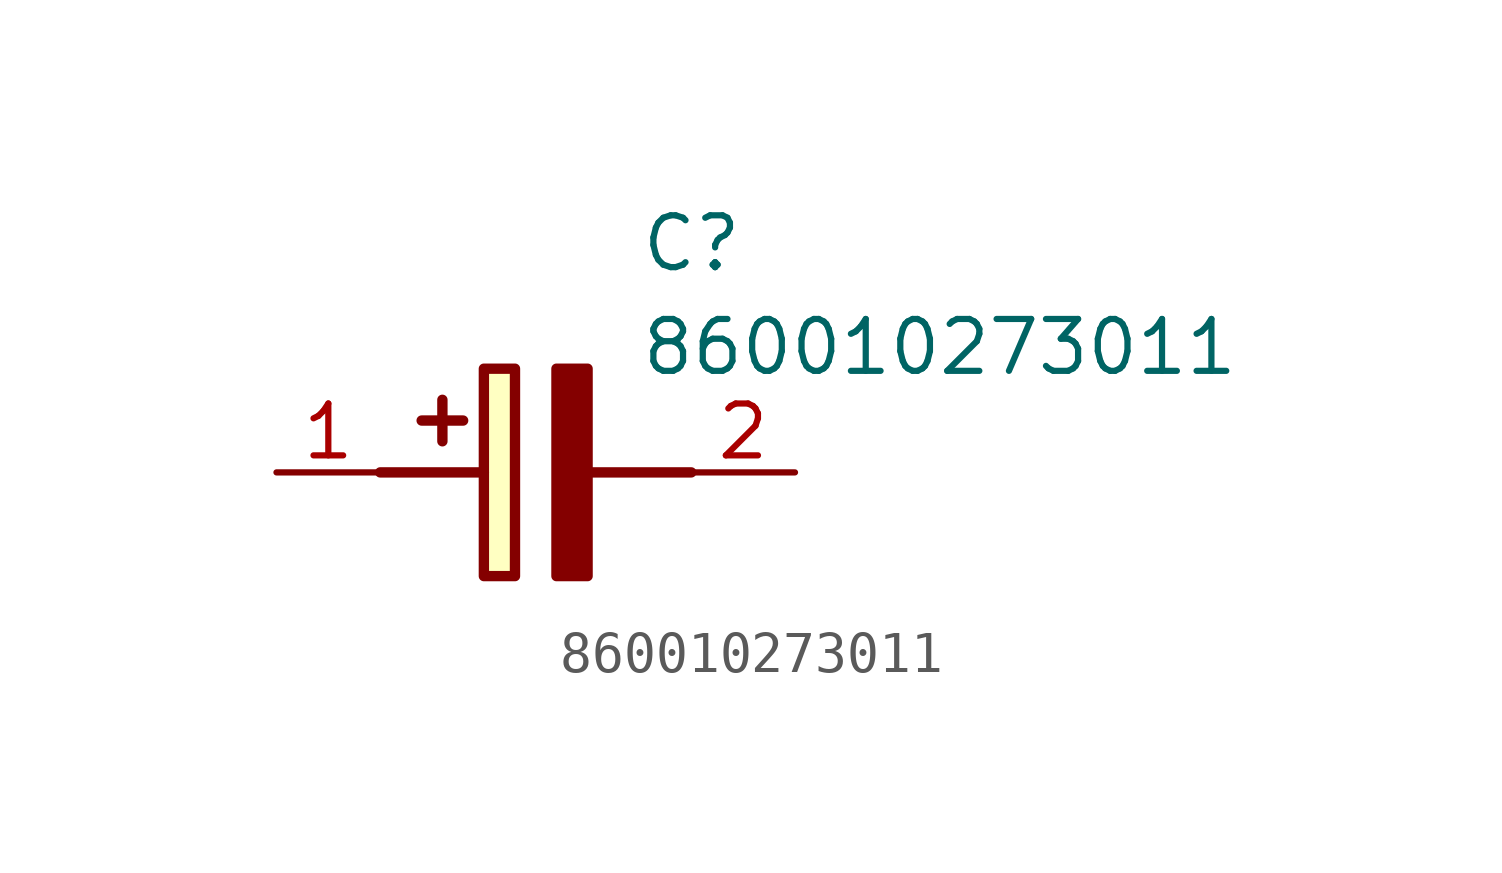
<source format=kicad_sym>
(kicad_symbol_lib
  (version 20211014)
  (generator SamacSys_ECAD_Model)
  (symbol "860010273011"
    (pin_names hide)
    (property "Reference" "C"
      (at 8.89 6.35 0)
      (effects (font (size 1.27 1.27)) (justify left top)))
    (property "Value" "860010273011"
      (at 8.89 3.81 0)
      (effects (font (size 1.27 1.27)) (justify left top)))
    (rectangle
      (start 5.08 2.54)
      (end 5.842 -2.54)
      (stroke (width 0.254) (type default))
      (fill (type background)))
    (polyline
      (pts (xy 4.572 1.27) (xy 3.556 1.27))
      (stroke (width 0.254) (type default))
      (fill (type none)))
    (polyline
      (pts (xy 4.064 1.778) (xy 4.064 0.762))
      (stroke (width 0.254) (type default))
      (fill (type none)))
    (polyline
      (pts (xy 2.54 0) (xy 5.08 0))
      (stroke (width 0.254) (type default))
      (fill (type none)))
    (polyline
      (pts (xy 7.62 0) (xy 10.16 0))
      (stroke (width 0.254) (type default))
      (fill (type none)))
    (polyline
      (pts (xy 7.62 2.54) (xy 7.62 -2.54) (xy 6.858 -2.54) (xy 6.858 2.54) (xy 7.62 2.54))
      (stroke (width 0.254) (type default))
      (fill (type outline)))
    (pin passive line
      (at 0 0 0)
      (length 2.54)
      (name "+" (effects (font (size 1.27 1.27))))
      (number "1" (effects (font (size 1.27 1.27)))))
    (pin passive line
      (at 12.7 0 180)
      (length 2.54)
      (name "-" (effects (font (size 1.27 1.27))))
      (number "2" (effects (font (size 1.27 1.27)))))))
</source>
